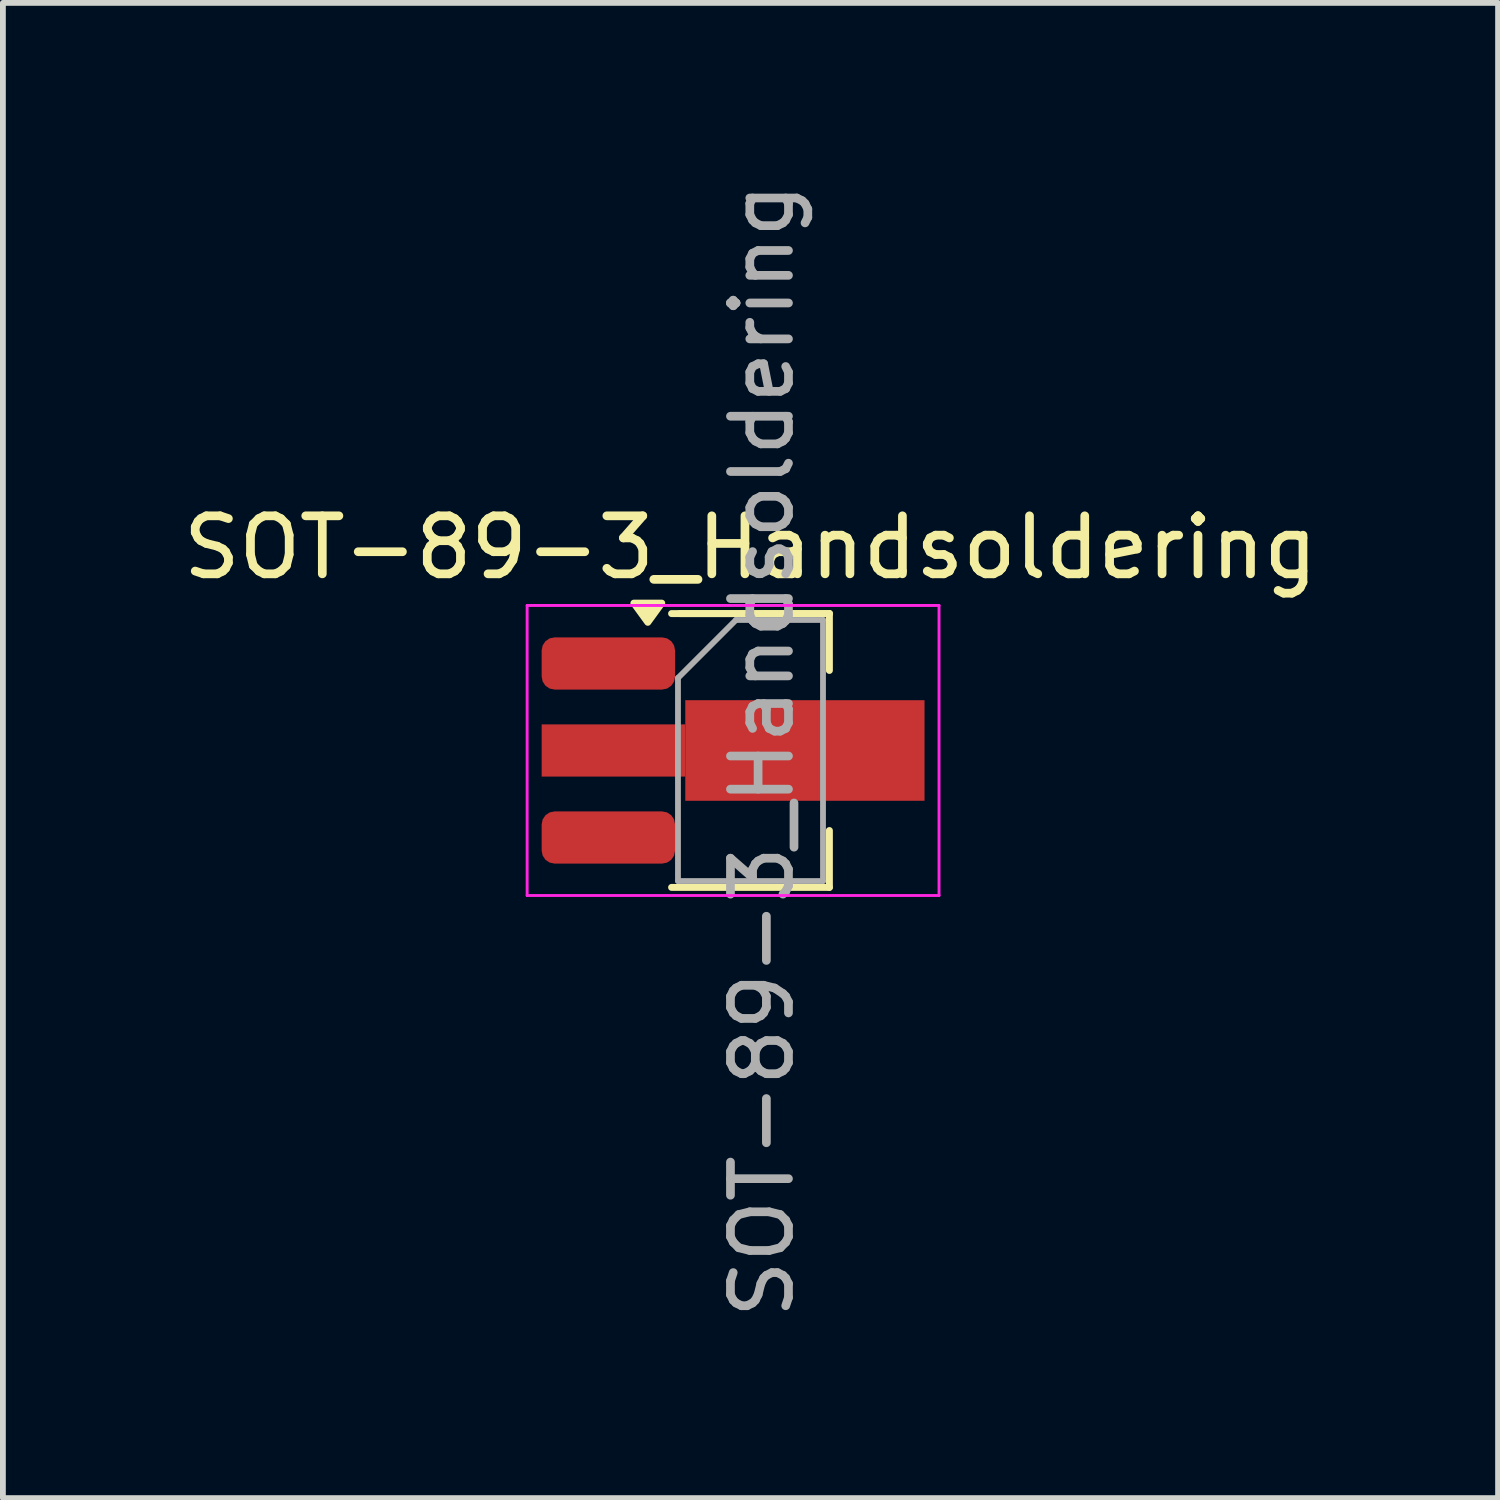
<source format=kicad_pcb>
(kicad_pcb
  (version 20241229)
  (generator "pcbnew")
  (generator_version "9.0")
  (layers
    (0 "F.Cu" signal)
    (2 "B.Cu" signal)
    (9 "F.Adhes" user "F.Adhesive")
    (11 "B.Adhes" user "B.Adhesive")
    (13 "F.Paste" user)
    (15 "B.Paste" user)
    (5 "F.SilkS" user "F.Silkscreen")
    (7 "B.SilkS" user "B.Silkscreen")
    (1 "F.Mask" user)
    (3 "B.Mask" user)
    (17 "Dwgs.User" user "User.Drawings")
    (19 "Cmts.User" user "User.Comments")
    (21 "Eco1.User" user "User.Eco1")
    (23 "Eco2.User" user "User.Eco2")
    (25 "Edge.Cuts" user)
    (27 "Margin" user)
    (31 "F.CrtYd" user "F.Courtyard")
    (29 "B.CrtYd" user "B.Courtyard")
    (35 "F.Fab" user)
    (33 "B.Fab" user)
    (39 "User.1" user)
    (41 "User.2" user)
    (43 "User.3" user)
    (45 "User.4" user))
  (footprint "SOT-89-3_Handsoldering"
    (layer "F.Cu")
    (at 9.887 9.887)
    (property "Reference" "SOT-89-3_Handsoldering" (at 0 -3.5 0) (layer "F.SilkS") (effects (font (size 1 1) (thickness 0.15))))
    (attr smd allow_soldermask_bridges)
    (fp_line (start -1.36 -2.36) (end 1.36 -2.36) (stroke (width 0.12) (type solid)) (layer "F.SilkS"))
    (fp_line (start -1.22 -2.36) (end 1.36 -2.36) (stroke (width 0.12) (type solid)) (layer "F.SilkS"))
    (fp_line (start 1.36 -1.38) (end 1.36 -2.36) (stroke (width 0.12) (type solid)) (layer "F.SilkS"))
    (fp_line (start 1.36 1.38) (end 1.36 2.36) (stroke (width 0.12) (type solid)) (layer "F.SilkS"))
    (fp_line (start 1.36 2.36) (end -1.36 2.36) (stroke (width 0.12) (type solid)) (layer "F.SilkS"))
    (fp_poly (pts (xy -1.77 -2.21) (xy -2.01 -2.54) (xy -1.53 -2.54) (xy -1.77 -2.21)) (stroke (width 0.12) (type solid)) (fill yes) (layer "F.SilkS"))
    (fp_line (start -3.85 2.5) (end -3.85 -2.5) (stroke (width 0.05) (type solid)) (layer "F.CrtYd"))
    (fp_line (start -3.85 2.5) (end 3.25 2.5) (stroke (width 0.05) (type solid)) (layer "F.CrtYd"))
    (fp_line (start 3.25 -2.5) (end -3.85 -2.5) (stroke (width 0.05) (type solid)) (layer "F.CrtYd"))
    (fp_line (start 3.25 -2.5) (end 3.25 2.5) (stroke (width 0.05) (type solid)) (layer "F.CrtYd"))
    (fp_line (start -1.25 -1.25) (end -0.25 -2.25) (stroke (width 0.1) (type solid)) (layer "F.Fab"))
    (fp_line (start -1.25 2.25) (end -1.25 -1.25) (stroke (width 0.1) (type solid)) (layer "F.Fab"))
    (fp_line (start -0.25 -2.25) (end 1.25 -2.25) (stroke (width 0.1) (type solid)) (layer "F.Fab"))
    (fp_line (start 1.25 -2.25) (end 1.25 2.25) (stroke (width 0.1) (type solid)) (layer "F.Fab"))
    (fp_line (start 1.25 2.25) (end -1.25 2.25) (stroke (width 0.1) (type solid)) (layer "F.Fab"))
    (fp_text user "${REFERENCE}" (at 0.2 0 90) (layer "F.Fab") (effects (font (size 1 1) (thickness 0.15))))
    (pad "1" smd roundrect (at -2.45 -1.5) (size 2.3 0.9) (layers "F.Cu" "F.Mask" "F.Paste") (roundrect_rratio 0.25))
    (pad "2" smd custom (at -2.362 0) (size 2.475 0.9) (layers "F.Cu" "F.Mask" "F.Paste") (options (anchor rect)) (primitives (gr_poly (pts (xy 5.362 0.867) (xy 1.238 0.867) (xy 1.238 -0.867) (xy 5.362 -0.867)) (width 0) (fill yes))))
    (pad "3" smd roundrect (at -2.45 1.5) (size 2.3 0.9) (layers "F.Cu" "F.Mask" "F.Paste") (roundrect_rratio 0.25)))
  (gr_rect
    (start -3 -3)
    (end 22.774 22.774)
    (stroke (width 0.1) (type default))
    (fill no)
    (layer "Edge.Cuts")))
</source>
